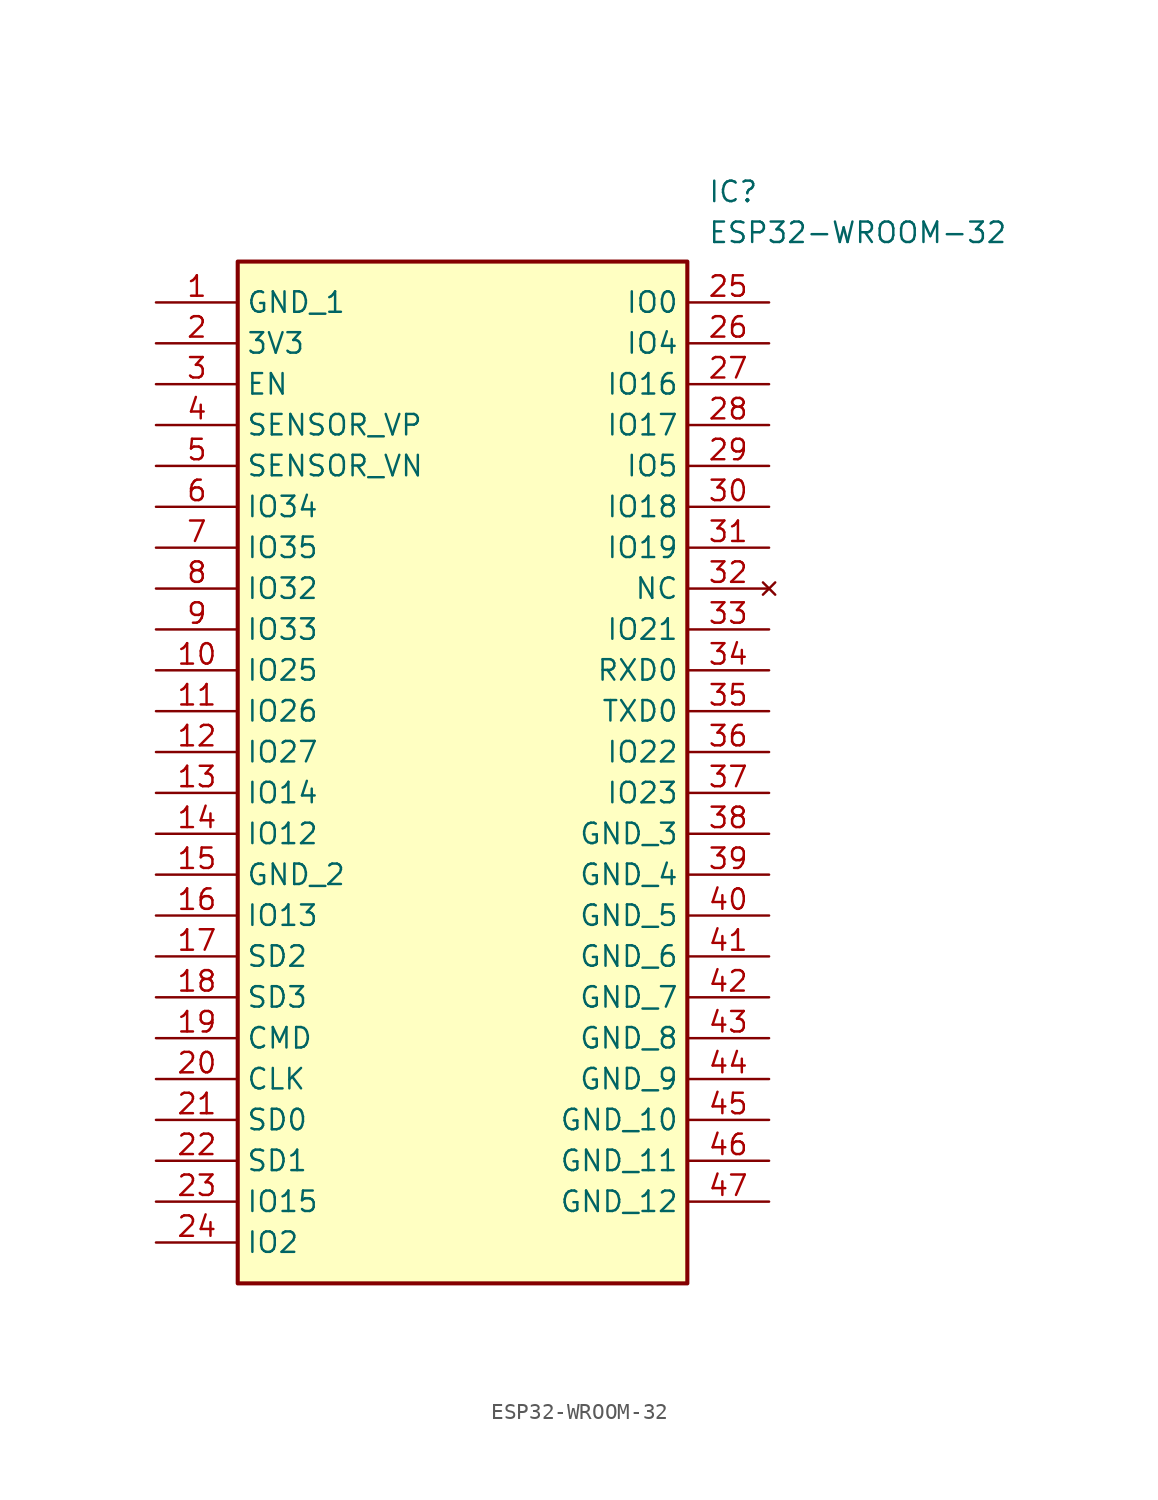
<source format=kicad_sym>
(kicad_symbol_lib
  (version 20211014)
  (generator SamacSys_ECAD_Model)
  (symbol "ESP32-WROOM-32"
    (property "Reference" "IC"
      (at 34.29 7.62 0)
      (effects (font (size 1.27 1.27)) (justify left top)))
    (property "Value" "ESP32-WROOM-32"
      (at 34.29 5.08 0)
      (effects (font (size 1.27 1.27)) (justify left top)))
    (rectangle
      (start 5.08 2.54)
      (end 33.02 -60.96)
      (stroke (width 0.254) (type default))
      (fill (type background)))
    (pin passive line
      (at 0 0 0)
      (length 5.08)
      (name "GND_1" (effects (font (size 1.27 1.27))))
      (number "1" (effects (font (size 1.27 1.27)))))
    (pin passive line
      (at 0 -2.54 0)
      (length 5.08)
      (name "3V3" (effects (font (size 1.27 1.27))))
      (number "2" (effects (font (size 1.27 1.27)))))
    (pin passive line
      (at 0 -5.08 0)
      (length 5.08)
      (name "EN" (effects (font (size 1.27 1.27))))
      (number "3" (effects (font (size 1.27 1.27)))))
    (pin passive line
      (at 0 -7.62 0)
      (length 5.08)
      (name "SENSOR_VP" (effects (font (size 1.27 1.27))))
      (number "4" (effects (font (size 1.27 1.27)))))
    (pin passive line
      (at 0 -10.16 0)
      (length 5.08)
      (name "SENSOR_VN" (effects (font (size 1.27 1.27))))
      (number "5" (effects (font (size 1.27 1.27)))))
    (pin passive line
      (at 0 -12.7 0)
      (length 5.08)
      (name "IO34" (effects (font (size 1.27 1.27))))
      (number "6" (effects (font (size 1.27 1.27)))))
    (pin passive line
      (at 0 -15.24 0)
      (length 5.08)
      (name "IO35" (effects (font (size 1.27 1.27))))
      (number "7" (effects (font (size 1.27 1.27)))))
    (pin passive line
      (at 0 -17.78 0)
      (length 5.08)
      (name "IO32" (effects (font (size 1.27 1.27))))
      (number "8" (effects (font (size 1.27 1.27)))))
    (pin passive line
      (at 0 -20.32 0)
      (length 5.08)
      (name "IO33" (effects (font (size 1.27 1.27))))
      (number "9" (effects (font (size 1.27 1.27)))))
    (pin passive line
      (at 0 -22.86 0)
      (length 5.08)
      (name "IO25" (effects (font (size 1.27 1.27))))
      (number "10" (effects (font (size 1.27 1.27)))))
    (pin passive line
      (at 0 -25.4 0)
      (length 5.08)
      (name "IO26" (effects (font (size 1.27 1.27))))
      (number "11" (effects (font (size 1.27 1.27)))))
    (pin passive line
      (at 0 -27.94 0)
      (length 5.08)
      (name "IO27" (effects (font (size 1.27 1.27))))
      (number "12" (effects (font (size 1.27 1.27)))))
    (pin passive line
      (at 0 -30.48 0)
      (length 5.08)
      (name "IO14" (effects (font (size 1.27 1.27))))
      (number "13" (effects (font (size 1.27 1.27)))))
    (pin passive line
      (at 0 -33.02 0)
      (length 5.08)
      (name "IO12" (effects (font (size 1.27 1.27))))
      (number "14" (effects (font (size 1.27 1.27)))))
    (pin passive line
      (at 0 -35.56 0)
      (length 5.08)
      (name "GND_2" (effects (font (size 1.27 1.27))))
      (number "15" (effects (font (size 1.27 1.27)))))
    (pin passive line
      (at 0 -38.1 0)
      (length 5.08)
      (name "IO13" (effects (font (size 1.27 1.27))))
      (number "16" (effects (font (size 1.27 1.27)))))
    (pin passive line
      (at 0 -40.64 0)
      (length 5.08)
      (name "SD2" (effects (font (size 1.27 1.27))))
      (number "17" (effects (font (size 1.27 1.27)))))
    (pin passive line
      (at 0 -43.18 0)
      (length 5.08)
      (name "SD3" (effects (font (size 1.27 1.27))))
      (number "18" (effects (font (size 1.27 1.27)))))
    (pin passive line
      (at 0 -45.72 0)
      (length 5.08)
      (name "CMD" (effects (font (size 1.27 1.27))))
      (number "19" (effects (font (size 1.27 1.27)))))
    (pin passive line
      (at 0 -48.26 0)
      (length 5.08)
      (name "CLK" (effects (font (size 1.27 1.27))))
      (number "20" (effects (font (size 1.27 1.27)))))
    (pin passive line
      (at 0 -50.8 0)
      (length 5.08)
      (name "SD0" (effects (font (size 1.27 1.27))))
      (number "21" (effects (font (size 1.27 1.27)))))
    (pin passive line
      (at 0 -53.34 0)
      (length 5.08)
      (name "SD1" (effects (font (size 1.27 1.27))))
      (number "22" (effects (font (size 1.27 1.27)))))
    (pin passive line
      (at 0 -55.88 0)
      (length 5.08)
      (name "IO15" (effects (font (size 1.27 1.27))))
      (number "23" (effects (font (size 1.27 1.27)))))
    (pin passive line
      (at 0 -58.42 0)
      (length 5.08)
      (name "IO2" (effects (font (size 1.27 1.27))))
      (number "24" (effects (font (size 1.27 1.27)))))
    (pin passive line
      (at 38.1 0 180)
      (length 5.08)
      (name "IO0" (effects (font (size 1.27 1.27))))
      (number "25" (effects (font (size 1.27 1.27)))))
    (pin passive line
      (at 38.1 -2.54 180)
      (length 5.08)
      (name "IO4" (effects (font (size 1.27 1.27))))
      (number "26" (effects (font (size 1.27 1.27)))))
    (pin passive line
      (at 38.1 -5.08 180)
      (length 5.08)
      (name "IO16" (effects (font (size 1.27 1.27))))
      (number "27" (effects (font (size 1.27 1.27)))))
    (pin passive line
      (at 38.1 -7.62 180)
      (length 5.08)
      (name "IO17" (effects (font (size 1.27 1.27))))
      (number "28" (effects (font (size 1.27 1.27)))))
    (pin passive line
      (at 38.1 -10.16 180)
      (length 5.08)
      (name "IO5" (effects (font (size 1.27 1.27))))
      (number "29" (effects (font (size 1.27 1.27)))))
    (pin passive line
      (at 38.1 -12.7 180)
      (length 5.08)
      (name "IO18" (effects (font (size 1.27 1.27))))
      (number "30" (effects (font (size 1.27 1.27)))))
    (pin passive line
      (at 38.1 -15.24 180)
      (length 5.08)
      (name "IO19" (effects (font (size 1.27 1.27))))
      (number "31" (effects (font (size 1.27 1.27)))))
    (pin no_connect line
      (at 38.1 -17.78 180)
      (length 5.08)
      (name "NC" (effects (font (size 1.27 1.27))))
      (number "32" (effects (font (size 1.27 1.27)))))
    (pin passive line
      (at 38.1 -20.32 180)
      (length 5.08)
      (name "IO21" (effects (font (size 1.27 1.27))))
      (number "33" (effects (font (size 1.27 1.27)))))
    (pin passive line
      (at 38.1 -22.86 180)
      (length 5.08)
      (name "RXD0" (effects (font (size 1.27 1.27))))
      (number "34" (effects (font (size 1.27 1.27)))))
    (pin passive line
      (at 38.1 -25.4 180)
      (length 5.08)
      (name "TXD0" (effects (font (size 1.27 1.27))))
      (number "35" (effects (font (size 1.27 1.27)))))
    (pin passive line
      (at 38.1 -27.94 180)
      (length 5.08)
      (name "IO22" (effects (font (size 1.27 1.27))))
      (number "36" (effects (font (size 1.27 1.27)))))
    (pin passive line
      (at 38.1 -30.48 180)
      (length 5.08)
      (name "IO23" (effects (font (size 1.27 1.27))))
      (number "37" (effects (font (size 1.27 1.27)))))
    (pin passive line
      (at 38.1 -33.02 180)
      (length 5.08)
      (name "GND_3" (effects (font (size 1.27 1.27))))
      (number "38" (effects (font (size 1.27 1.27)))))
    (pin passive line
      (at 38.1 -35.56 180)
      (length 5.08)
      (name "GND_4" (effects (font (size 1.27 1.27))))
      (number "39" (effects (font (size 1.27 1.27)))))
    (pin passive line
      (at 38.1 -38.1 180)
      (length 5.08)
      (name "GND_5" (effects (font (size 1.27 1.27))))
      (number "40" (effects (font (size 1.27 1.27)))))
    (pin passive line
      (at 38.1 -40.64 180)
      (length 5.08)
      (name "GND_6" (effects (font (size 1.27 1.27))))
      (number "41" (effects (font (size 1.27 1.27)))))
    (pin passive line
      (at 38.1 -43.18 180)
      (length 5.08)
      (name "GND_7" (effects (font (size 1.27 1.27))))
      (number "42" (effects (font (size 1.27 1.27)))))
    (pin passive line
      (at 38.1 -45.72 180)
      (length 5.08)
      (name "GND_8" (effects (font (size 1.27 1.27))))
      (number "43" (effects (font (size 1.27 1.27)))))
    (pin passive line
      (at 38.1 -48.26 180)
      (length 5.08)
      (name "GND_9" (effects (font (size 1.27 1.27))))
      (number "44" (effects (font (size 1.27 1.27)))))
    (pin passive line
      (at 38.1 -50.8 180)
      (length 5.08)
      (name "GND_10" (effects (font (size 1.27 1.27))))
      (number "45" (effects (font (size 1.27 1.27)))))
    (pin passive line
      (at 38.1 -53.34 180)
      (length 5.08)
      (name "GND_11" (effects (font (size 1.27 1.27))))
      (number "46" (effects (font (size 1.27 1.27)))))
    (pin passive line
      (at 38.1 -55.88 180)
      (length 5.08)
      (name "GND_12" (effects (font (size 1.27 1.27))))
      (number "47" (effects (font (size 1.27 1.27)))))))
</source>
